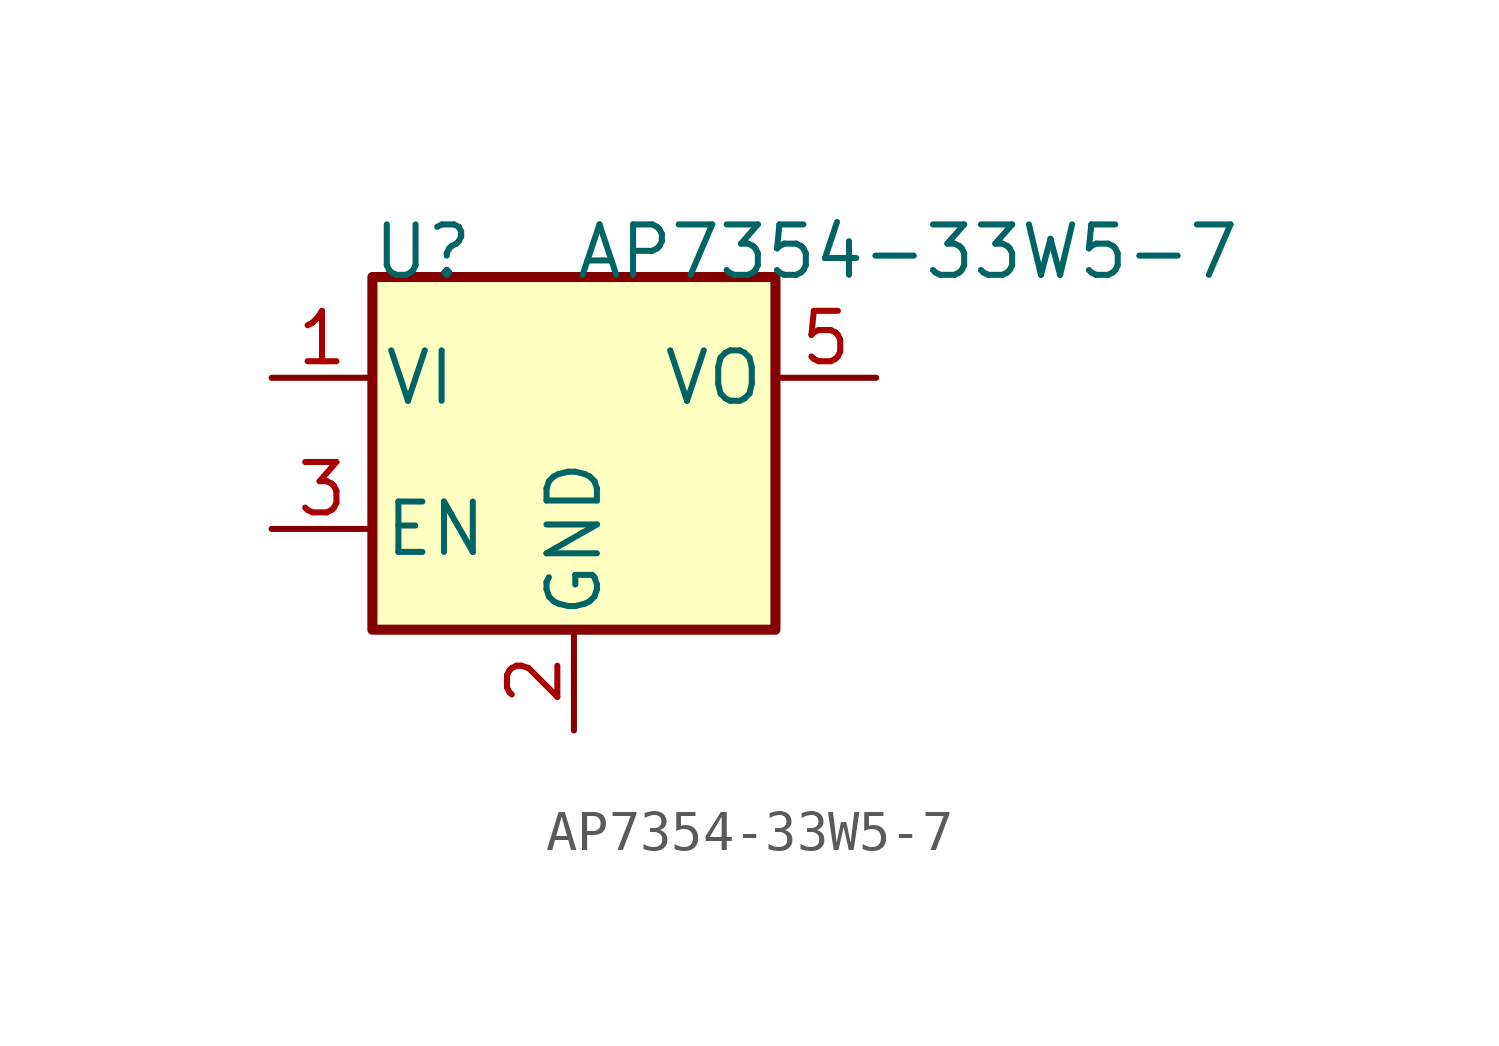
<source format=kicad_sym>
(kicad_symbol_lib
  (version 20211014)
  (generator kicad_symbol_editor)
  (symbol "AP7354-33W5-7"
    (pin_names
      (offset 0.254))
    (property "Reference" "U"
      (at -3.81 3.175 0)
      (effects (font (size 1.27 1.27))))
    (property "Value" "AP7354-33W5-7"
      (at 0 3.175 0)
      (effects (font (size 1.27 1.27)) (justify left)))
    (symbol "AP7354-33W5-7_0_1"
      (rectangle (start -5.08 2.54) (end 5.08 -6.35) (stroke (width 0.254) (type default) (color 0 0 0 0)) (fill (type background))))
    (symbol "AP7354-33W5-7_1_1"
      (pin power_in line (at -7.62 0 0) (length 2.54) (name "VI" (effects (font (size 1.27 1.27)))) (number "1" (effects (font (size 1.27 1.27)))))
      (pin power_in line (at 0 -8.89 90) (length 2.54) (name "GND" (effects (font (size 1.27 1.27)))) (number "2" (effects (font (size 1.27 1.27)))))
      (pin power_in line (at -7.62 -3.81 0) (length 2.54) (name "EN" (effects (font (size 1.27 1.27)))) (number "3" (effects (font (size 1.27 1.27)))))
      (pin no_connect line (at 7.62 -3.81 180) (length 2.54) hide (name "NC" (effects (font (size 1.27 1.27)))) (number "4" (effects (font (size 1.27 1.27)))))
      (pin power_out line (at 7.62 0 180) (length 2.54) (name "VO" (effects (font (size 1.27 1.27)))) (number "5" (effects (font (size 1.27 1.27))))))))
</source>
